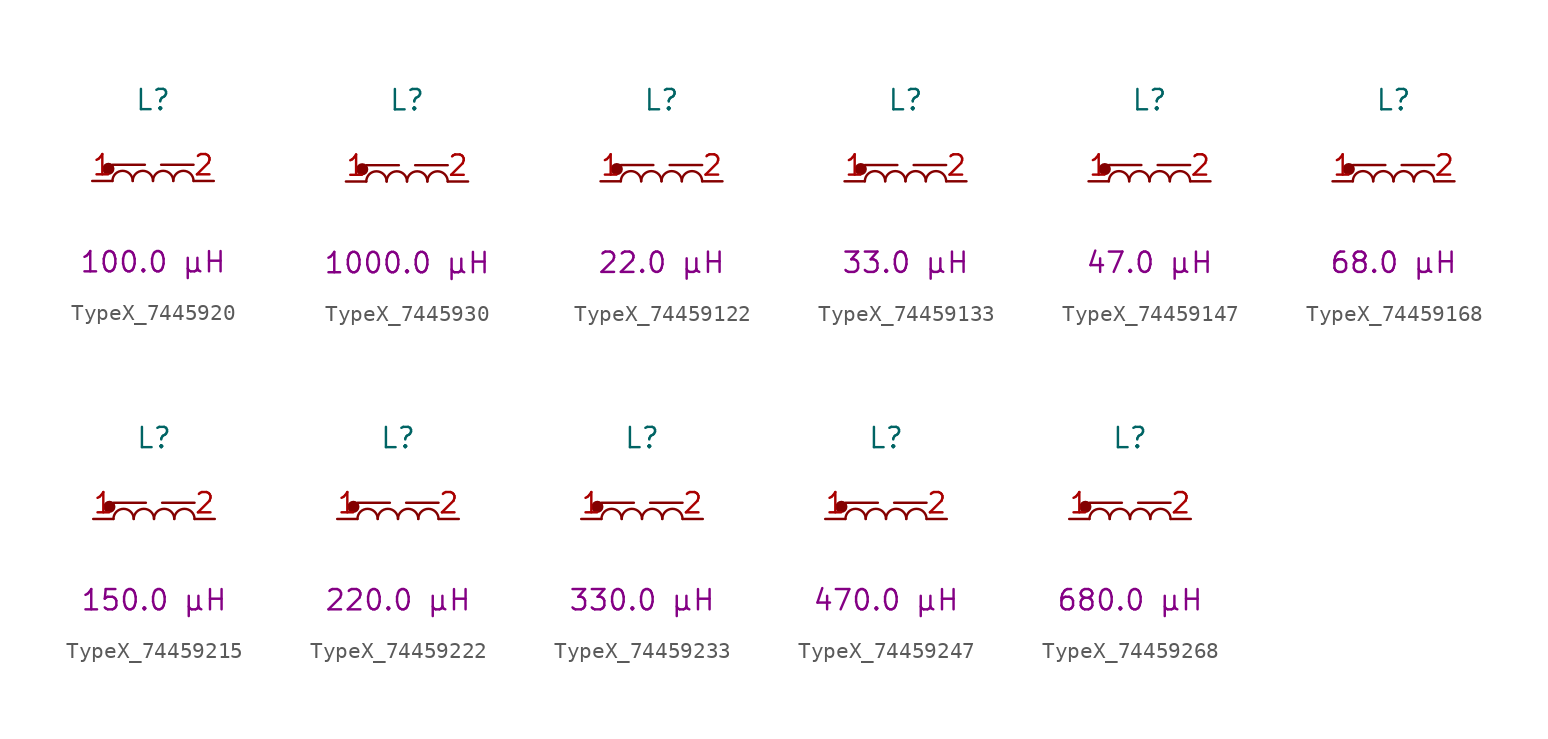
<source format=kicad_sym>
(kicad_symbol_lib
  (version 20220914)
  (generator kicad_symbol_editor)
  (symbol "TypeX_7445920"
    (pin_names hide)
    (property "Reference" "L"
      (at 0 5.08 0)
      (effects (font (size 1.27 1.27))))
    (property "Critical Parameter" "100.0 µH"
      (at 0 -5.08 0)
      (effects (font (size 1.27 1.27))))
    (symbol "TypeX_7445920_0_1"
      (arc (start -1.27 0) (mid -1.905 0.6323) (end -2.54 0) (stroke (width 0) (type default)) (fill (type none)))
      (arc (start 0 0) (mid -0.635 0.6323) (end -1.27 0) (stroke (width 0) (type default)) (fill (type none)))
      (polyline (pts (xy -2.54 1.016) (xy -0.508 1.016)) (stroke (width 0) (type default)) (fill (type none)))
      (arc (start 1.27 0) (mid 0.635 0.6323) (end 0 0) (stroke (width 0) (type default)) (fill (type none)))
      (arc (start 2.54 0) (mid 1.905 0.6323) (end 1.27 0) (stroke (width 0) (type default)) (fill (type none))))
    (symbol "TypeX_7445920_1_1"
      (circle (center -2.794 0.762) (radius 0.0001) (stroke (width 0.381) (type default)) (fill (type none)))
      (polyline (pts (xy 2.54 1.016) (xy 0.508 1.016)) (stroke (width 0) (type default)) (fill (type none)))
      (pin passive line (at -3.81 0 0) (length 1.27) (name "1" (effects (font (size 1.27 1.27)))) (number "1" (effects (font (size 1.27 1.27)))))
      (pin passive line (at 3.81 0 180) (length 1.27) (name "2" (effects (font (size 1.27 1.27)))) (number "2" (effects (font (size 1.27 1.27)))))))
  (symbol "TypeX_7445930"
    (pin_names hide)
    (property "Reference" "L"
      (at 0 5.08 0)
      (effects (font (size 1.27 1.27))))
    (property "Critical Parameter" "1000.0 µH"
      (at 0 -5.08 0)
      (effects (font (size 1.27 1.27))))
    (symbol "TypeX_7445930_0_1"
      (arc (start -1.27 0) (mid -1.905 0.6323) (end -2.54 0) (stroke (width 0) (type default)) (fill (type none)))
      (arc (start 0 0) (mid -0.635 0.6323) (end -1.27 0) (stroke (width 0) (type default)) (fill (type none)))
      (polyline (pts (xy -2.54 1.016) (xy -0.508 1.016)) (stroke (width 0) (type default)) (fill (type none)))
      (arc (start 1.27 0) (mid 0.635 0.6323) (end 0 0) (stroke (width 0) (type default)) (fill (type none)))
      (arc (start 2.54 0) (mid 1.905 0.6323) (end 1.27 0) (stroke (width 0) (type default)) (fill (type none))))
    (symbol "TypeX_7445930_1_1"
      (circle (center -2.794 0.762) (radius 0.0001) (stroke (width 0.381) (type default)) (fill (type none)))
      (polyline (pts (xy 2.54 1.016) (xy 0.508 1.016)) (stroke (width 0) (type default)) (fill (type none)))
      (pin passive line (at -3.81 0 0) (length 1.27) (name "1" (effects (font (size 1.27 1.27)))) (number "1" (effects (font (size 1.27 1.27)))))
      (pin passive line (at 3.81 0 180) (length 1.27) (name "2" (effects (font (size 1.27 1.27)))) (number "2" (effects (font (size 1.27 1.27)))))))
  (symbol "TypeX_74459122"
    (pin_names hide)
    (property "Reference" "L"
      (at 0 5.08 0)
      (effects (font (size 1.27 1.27))))
    (property "Critical Parameter" "22.0 µH"
      (at 0 -5.08 0)
      (effects (font (size 1.27 1.27))))
    (symbol "TypeX_74459122_0_1"
      (arc (start -1.27 0) (mid -1.905 0.6323) (end -2.54 0) (stroke (width 0) (type default)) (fill (type none)))
      (arc (start 0 0) (mid -0.635 0.6323) (end -1.27 0) (stroke (width 0) (type default)) (fill (type none)))
      (polyline (pts (xy -2.54 1.016) (xy -0.508 1.016)) (stroke (width 0) (type default)) (fill (type none)))
      (arc (start 1.27 0) (mid 0.635 0.6323) (end 0 0) (stroke (width 0) (type default)) (fill (type none)))
      (arc (start 2.54 0) (mid 1.905 0.6323) (end 1.27 0) (stroke (width 0) (type default)) (fill (type none))))
    (symbol "TypeX_74459122_1_1"
      (circle (center -2.794 0.762) (radius 0.0001) (stroke (width 0.381) (type default)) (fill (type none)))
      (polyline (pts (xy 2.54 1.016) (xy 0.508 1.016)) (stroke (width 0) (type default)) (fill (type none)))
      (pin passive line (at -3.81 0 0) (length 1.27) (name "1" (effects (font (size 1.27 1.27)))) (number "1" (effects (font (size 1.27 1.27)))))
      (pin passive line (at 3.81 0 180) (length 1.27) (name "2" (effects (font (size 1.27 1.27)))) (number "2" (effects (font (size 1.27 1.27)))))))
  (symbol "TypeX_74459133"
    (pin_names hide)
    (property "Reference" "L"
      (at 0 5.08 0)
      (effects (font (size 1.27 1.27))))
    (property "Critical Parameter" "33.0 µH"
      (at 0 -5.08 0)
      (effects (font (size 1.27 1.27))))
    (symbol "TypeX_74459133_0_1"
      (arc (start -1.27 0) (mid -1.905 0.6323) (end -2.54 0) (stroke (width 0) (type default)) (fill (type none)))
      (arc (start 0 0) (mid -0.635 0.6323) (end -1.27 0) (stroke (width 0) (type default)) (fill (type none)))
      (polyline (pts (xy -2.54 1.016) (xy -0.508 1.016)) (stroke (width 0) (type default)) (fill (type none)))
      (arc (start 1.27 0) (mid 0.635 0.6323) (end 0 0) (stroke (width 0) (type default)) (fill (type none)))
      (arc (start 2.54 0) (mid 1.905 0.6323) (end 1.27 0) (stroke (width 0) (type default)) (fill (type none))))
    (symbol "TypeX_74459133_1_1"
      (circle (center -2.794 0.762) (radius 0.0001) (stroke (width 0.381) (type default)) (fill (type none)))
      (polyline (pts (xy 2.54 1.016) (xy 0.508 1.016)) (stroke (width 0) (type default)) (fill (type none)))
      (pin passive line (at -3.81 0 0) (length 1.27) (name "1" (effects (font (size 1.27 1.27)))) (number "1" (effects (font (size 1.27 1.27)))))
      (pin passive line (at 3.81 0 180) (length 1.27) (name "2" (effects (font (size 1.27 1.27)))) (number "2" (effects (font (size 1.27 1.27)))))))
  (symbol "TypeX_74459147"
    (pin_names hide)
    (property "Reference" "L"
      (at 0 5.08 0)
      (effects (font (size 1.27 1.27))))
    (property "Critical Parameter" "47.0 µH"
      (at 0 -5.08 0)
      (effects (font (size 1.27 1.27))))
    (symbol "TypeX_74459147_0_1"
      (arc (start -1.27 0) (mid -1.905 0.6323) (end -2.54 0) (stroke (width 0) (type default)) (fill (type none)))
      (arc (start 0 0) (mid -0.635 0.6323) (end -1.27 0) (stroke (width 0) (type default)) (fill (type none)))
      (polyline (pts (xy -2.54 1.016) (xy -0.508 1.016)) (stroke (width 0) (type default)) (fill (type none)))
      (arc (start 1.27 0) (mid 0.635 0.6323) (end 0 0) (stroke (width 0) (type default)) (fill (type none)))
      (arc (start 2.54 0) (mid 1.905 0.6323) (end 1.27 0) (stroke (width 0) (type default)) (fill (type none))))
    (symbol "TypeX_74459147_1_1"
      (circle (center -2.794 0.762) (radius 0.0001) (stroke (width 0.381) (type default)) (fill (type none)))
      (polyline (pts (xy 2.54 1.016) (xy 0.508 1.016)) (stroke (width 0) (type default)) (fill (type none)))
      (pin passive line (at -3.81 0 0) (length 1.27) (name "1" (effects (font (size 1.27 1.27)))) (number "1" (effects (font (size 1.27 1.27)))))
      (pin passive line (at 3.81 0 180) (length 1.27) (name "2" (effects (font (size 1.27 1.27)))) (number "2" (effects (font (size 1.27 1.27)))))))
  (symbol "TypeX_74459168"
    (pin_names hide)
    (property "Reference" "L"
      (at 0 5.08 0)
      (effects (font (size 1.27 1.27))))
    (property "Critical Parameter" "68.0 µH"
      (at 0 -5.08 0)
      (effects (font (size 1.27 1.27))))
    (symbol "TypeX_74459168_0_1"
      (arc (start -1.27 0) (mid -1.905 0.6323) (end -2.54 0) (stroke (width 0) (type default)) (fill (type none)))
      (arc (start 0 0) (mid -0.635 0.6323) (end -1.27 0) (stroke (width 0) (type default)) (fill (type none)))
      (polyline (pts (xy -2.54 1.016) (xy -0.508 1.016)) (stroke (width 0) (type default)) (fill (type none)))
      (arc (start 1.27 0) (mid 0.635 0.6323) (end 0 0) (stroke (width 0) (type default)) (fill (type none)))
      (arc (start 2.54 0) (mid 1.905 0.6323) (end 1.27 0) (stroke (width 0) (type default)) (fill (type none))))
    (symbol "TypeX_74459168_1_1"
      (circle (center -2.794 0.762) (radius 0.0001) (stroke (width 0.381) (type default)) (fill (type none)))
      (polyline (pts (xy 2.54 1.016) (xy 0.508 1.016)) (stroke (width 0) (type default)) (fill (type none)))
      (pin passive line (at -3.81 0 0) (length 1.27) (name "1" (effects (font (size 1.27 1.27)))) (number "1" (effects (font (size 1.27 1.27)))))
      (pin passive line (at 3.81 0 180) (length 1.27) (name "2" (effects (font (size 1.27 1.27)))) (number "2" (effects (font (size 1.27 1.27)))))))
  (symbol "TypeX_74459215"
    (pin_names hide)
    (property "Reference" "L"
      (at 0 5.08 0)
      (effects (font (size 1.27 1.27))))
    (property "Critical Parameter" "150.0 µH"
      (at 0 -5.08 0)
      (effects (font (size 1.27 1.27))))
    (symbol "TypeX_74459215_0_1"
      (arc (start -1.27 0) (mid -1.905 0.6323) (end -2.54 0) (stroke (width 0) (type default)) (fill (type none)))
      (arc (start 0 0) (mid -0.635 0.6323) (end -1.27 0) (stroke (width 0) (type default)) (fill (type none)))
      (polyline (pts (xy -2.54 1.016) (xy -0.508 1.016)) (stroke (width 0) (type default)) (fill (type none)))
      (arc (start 1.27 0) (mid 0.635 0.6323) (end 0 0) (stroke (width 0) (type default)) (fill (type none)))
      (arc (start 2.54 0) (mid 1.905 0.6323) (end 1.27 0) (stroke (width 0) (type default)) (fill (type none))))
    (symbol "TypeX_74459215_1_1"
      (circle (center -2.794 0.762) (radius 0.0001) (stroke (width 0.381) (type default)) (fill (type none)))
      (polyline (pts (xy 2.54 1.016) (xy 0.508 1.016)) (stroke (width 0) (type default)) (fill (type none)))
      (pin passive line (at -3.81 0 0) (length 1.27) (name "1" (effects (font (size 1.27 1.27)))) (number "1" (effects (font (size 1.27 1.27)))))
      (pin passive line (at 3.81 0 180) (length 1.27) (name "2" (effects (font (size 1.27 1.27)))) (number "2" (effects (font (size 1.27 1.27)))))))
  (symbol "TypeX_74459222"
    (pin_names hide)
    (property "Reference" "L"
      (at 0 5.08 0)
      (effects (font (size 1.27 1.27))))
    (property "Critical Parameter" "220.0 µH"
      (at 0 -5.08 0)
      (effects (font (size 1.27 1.27))))
    (symbol "TypeX_74459222_0_1"
      (arc (start -1.27 0) (mid -1.905 0.6323) (end -2.54 0) (stroke (width 0) (type default)) (fill (type none)))
      (arc (start 0 0) (mid -0.635 0.6323) (end -1.27 0) (stroke (width 0) (type default)) (fill (type none)))
      (polyline (pts (xy -2.54 1.016) (xy -0.508 1.016)) (stroke (width 0) (type default)) (fill (type none)))
      (arc (start 1.27 0) (mid 0.635 0.6323) (end 0 0) (stroke (width 0) (type default)) (fill (type none)))
      (arc (start 2.54 0) (mid 1.905 0.6323) (end 1.27 0) (stroke (width 0) (type default)) (fill (type none))))
    (symbol "TypeX_74459222_1_1"
      (circle (center -2.794 0.762) (radius 0.0001) (stroke (width 0.381) (type default)) (fill (type none)))
      (polyline (pts (xy 2.54 1.016) (xy 0.508 1.016)) (stroke (width 0) (type default)) (fill (type none)))
      (pin passive line (at -3.81 0 0) (length 1.27) (name "1" (effects (font (size 1.27 1.27)))) (number "1" (effects (font (size 1.27 1.27)))))
      (pin passive line (at 3.81 0 180) (length 1.27) (name "2" (effects (font (size 1.27 1.27)))) (number "2" (effects (font (size 1.27 1.27)))))))
  (symbol "TypeX_74459233"
    (pin_names hide)
    (property "Reference" "L"
      (at 0 5.08 0)
      (effects (font (size 1.27 1.27))))
    (property "Critical Parameter" "330.0 µH"
      (at 0 -5.08 0)
      (effects (font (size 1.27 1.27))))
    (symbol "TypeX_74459233_0_1"
      (arc (start -1.27 0) (mid -1.905 0.6323) (end -2.54 0) (stroke (width 0) (type default)) (fill (type none)))
      (arc (start 0 0) (mid -0.635 0.6323) (end -1.27 0) (stroke (width 0) (type default)) (fill (type none)))
      (polyline (pts (xy -2.54 1.016) (xy -0.508 1.016)) (stroke (width 0) (type default)) (fill (type none)))
      (arc (start 1.27 0) (mid 0.635 0.6323) (end 0 0) (stroke (width 0) (type default)) (fill (type none)))
      (arc (start 2.54 0) (mid 1.905 0.6323) (end 1.27 0) (stroke (width 0) (type default)) (fill (type none))))
    (symbol "TypeX_74459233_1_1"
      (circle (center -2.794 0.762) (radius 0.0001) (stroke (width 0.381) (type default)) (fill (type none)))
      (polyline (pts (xy 2.54 1.016) (xy 0.508 1.016)) (stroke (width 0) (type default)) (fill (type none)))
      (pin passive line (at -3.81 0 0) (length 1.27) (name "1" (effects (font (size 1.27 1.27)))) (number "1" (effects (font (size 1.27 1.27)))))
      (pin passive line (at 3.81 0 180) (length 1.27) (name "2" (effects (font (size 1.27 1.27)))) (number "2" (effects (font (size 1.27 1.27)))))))
  (symbol "TypeX_74459247"
    (pin_names hide)
    (property "Reference" "L"
      (at 0 5.08 0)
      (effects (font (size 1.27 1.27))))
    (property "Critical Parameter" "470.0 µH"
      (at 0 -5.08 0)
      (effects (font (size 1.27 1.27))))
    (symbol "TypeX_74459247_0_1"
      (arc (start -1.27 0) (mid -1.905 0.6323) (end -2.54 0) (stroke (width 0) (type default)) (fill (type none)))
      (arc (start 0 0) (mid -0.635 0.6323) (end -1.27 0) (stroke (width 0) (type default)) (fill (type none)))
      (polyline (pts (xy -2.54 1.016) (xy -0.508 1.016)) (stroke (width 0) (type default)) (fill (type none)))
      (arc (start 1.27 0) (mid 0.635 0.6323) (end 0 0) (stroke (width 0) (type default)) (fill (type none)))
      (arc (start 2.54 0) (mid 1.905 0.6323) (end 1.27 0) (stroke (width 0) (type default)) (fill (type none))))
    (symbol "TypeX_74459247_1_1"
      (circle (center -2.794 0.762) (radius 0.0001) (stroke (width 0.381) (type default)) (fill (type none)))
      (polyline (pts (xy 2.54 1.016) (xy 0.508 1.016)) (stroke (width 0) (type default)) (fill (type none)))
      (pin passive line (at -3.81 0 0) (length 1.27) (name "1" (effects (font (size 1.27 1.27)))) (number "1" (effects (font (size 1.27 1.27)))))
      (pin passive line (at 3.81 0 180) (length 1.27) (name "2" (effects (font (size 1.27 1.27)))) (number "2" (effects (font (size 1.27 1.27)))))))
  (symbol "TypeX_74459268"
    (pin_names hide)
    (property "Reference" "L"
      (at 0 5.08 0)
      (effects (font (size 1.27 1.27))))
    (property "Critical Parameter" "680.0 µH"
      (at 0 -5.08 0)
      (effects (font (size 1.27 1.27))))
    (symbol "TypeX_74459268_0_1"
      (arc (start -1.27 0) (mid -1.905 0.6323) (end -2.54 0) (stroke (width 0) (type default)) (fill (type none)))
      (arc (start 0 0) (mid -0.635 0.6323) (end -1.27 0) (stroke (width 0) (type default)) (fill (type none)))
      (polyline (pts (xy -2.54 1.016) (xy -0.508 1.016)) (stroke (width 0) (type default)) (fill (type none)))
      (arc (start 1.27 0) (mid 0.635 0.6323) (end 0 0) (stroke (width 0) (type default)) (fill (type none)))
      (arc (start 2.54 0) (mid 1.905 0.6323) (end 1.27 0) (stroke (width 0) (type default)) (fill (type none))))
    (symbol "TypeX_74459268_1_1"
      (circle (center -2.794 0.762) (radius 0.0001) (stroke (width 0.381) (type default)) (fill (type none)))
      (polyline (pts (xy 2.54 1.016) (xy 0.508 1.016)) (stroke (width 0) (type default)) (fill (type none)))
      (pin passive line (at -3.81 0 0) (length 1.27) (name "1" (effects (font (size 1.27 1.27)))) (number "1" (effects (font (size 1.27 1.27)))))
      (pin passive line (at 3.81 0 180) (length 1.27) (name "2" (effects (font (size 1.27 1.27)))) (number "2" (effects (font (size 1.27 1.27))))))))
</source>
